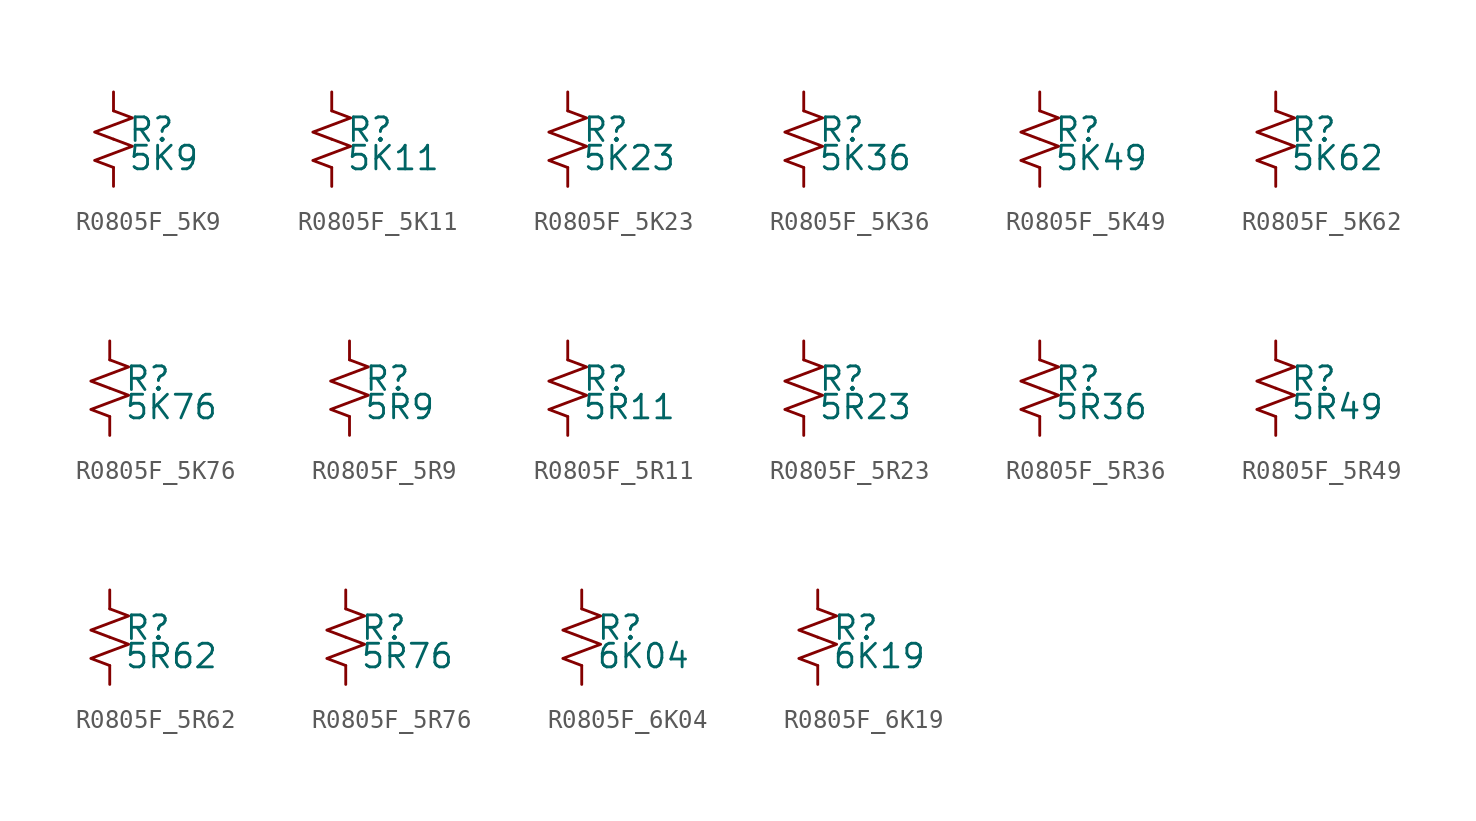
<source format=kicad_sym>
(kicad_symbol_lib
  (version 20220914)
  (generator kicad_symbol_editor)
  (symbol "R0805F_5K9"
    (pin_numbers hide)
    (pin_names
      (offset 0.254) hide)
    (property "Reference" "R"
      (at 0.762 0.508 0)
      (effects (font (size 1.27 1.27)) (justify left)))
    (property "Value" "5K9"
      (at 0.762 -1.016 0)
      (effects (font (size 1.27 1.27)) (justify left)))
    (symbol "R0805F_5K9_1_1"
      (polyline (pts (xy 0 0) (xy 1.016 -0.381) (xy 0 -0.762) (xy -1.016 -1.143) (xy 0 -1.524)) (stroke (width 0) (type default)) (fill (type none)))
      (polyline (pts (xy 0 1.524) (xy 1.016 1.143) (xy 0 0.762) (xy -1.016 0.381) (xy 0 0)) (stroke (width 0) (type default)) (fill (type none)))
      (pin passive line (at 0 2.54 270) (length 1.016) (name "~" (effects (font (size 1.27 1.27)))) (number "1" (effects (font (size 1.27 1.27)))))
      (pin passive line (at 0 -2.54 90) (length 1.016) (name "~" (effects (font (size 1.27 1.27)))) (number "2" (effects (font (size 1.27 1.27)))))))
  (symbol "R0805F_5K11"
    (pin_numbers hide)
    (pin_names
      (offset 0.254) hide)
    (property "Reference" "R"
      (at 0.762 0.508 0)
      (effects (font (size 1.27 1.27)) (justify left)))
    (property "Value" "5K11"
      (at 0.762 -1.016 0)
      (effects (font (size 1.27 1.27)) (justify left)))
    (symbol "R0805F_5K11_1_1"
      (polyline (pts (xy 0 0) (xy 1.016 -0.381) (xy 0 -0.762) (xy -1.016 -1.143) (xy 0 -1.524)) (stroke (width 0) (type default)) (fill (type none)))
      (polyline (pts (xy 0 1.524) (xy 1.016 1.143) (xy 0 0.762) (xy -1.016 0.381) (xy 0 0)) (stroke (width 0) (type default)) (fill (type none)))
      (pin passive line (at 0 2.54 270) (length 1.016) (name "~" (effects (font (size 1.27 1.27)))) (number "1" (effects (font (size 1.27 1.27)))))
      (pin passive line (at 0 -2.54 90) (length 1.016) (name "~" (effects (font (size 1.27 1.27)))) (number "2" (effects (font (size 1.27 1.27)))))))
  (symbol "R0805F_5K23"
    (pin_numbers hide)
    (pin_names
      (offset 0.254) hide)
    (property "Reference" "R"
      (at 0.762 0.508 0)
      (effects (font (size 1.27 1.27)) (justify left)))
    (property "Value" "5K23"
      (at 0.762 -1.016 0)
      (effects (font (size 1.27 1.27)) (justify left)))
    (symbol "R0805F_5K23_1_1"
      (polyline (pts (xy 0 0) (xy 1.016 -0.381) (xy 0 -0.762) (xy -1.016 -1.143) (xy 0 -1.524)) (stroke (width 0) (type default)) (fill (type none)))
      (polyline (pts (xy 0 1.524) (xy 1.016 1.143) (xy 0 0.762) (xy -1.016 0.381) (xy 0 0)) (stroke (width 0) (type default)) (fill (type none)))
      (pin passive line (at 0 2.54 270) (length 1.016) (name "~" (effects (font (size 1.27 1.27)))) (number "1" (effects (font (size 1.27 1.27)))))
      (pin passive line (at 0 -2.54 90) (length 1.016) (name "~" (effects (font (size 1.27 1.27)))) (number "2" (effects (font (size 1.27 1.27)))))))
  (symbol "R0805F_5K36"
    (pin_numbers hide)
    (pin_names
      (offset 0.254) hide)
    (property "Reference" "R"
      (at 0.762 0.508 0)
      (effects (font (size 1.27 1.27)) (justify left)))
    (property "Value" "5K36"
      (at 0.762 -1.016 0)
      (effects (font (size 1.27 1.27)) (justify left)))
    (symbol "R0805F_5K36_1_1"
      (polyline (pts (xy 0 0) (xy 1.016 -0.381) (xy 0 -0.762) (xy -1.016 -1.143) (xy 0 -1.524)) (stroke (width 0) (type default)) (fill (type none)))
      (polyline (pts (xy 0 1.524) (xy 1.016 1.143) (xy 0 0.762) (xy -1.016 0.381) (xy 0 0)) (stroke (width 0) (type default)) (fill (type none)))
      (pin passive line (at 0 2.54 270) (length 1.016) (name "~" (effects (font (size 1.27 1.27)))) (number "1" (effects (font (size 1.27 1.27)))))
      (pin passive line (at 0 -2.54 90) (length 1.016) (name "~" (effects (font (size 1.27 1.27)))) (number "2" (effects (font (size 1.27 1.27)))))))
  (symbol "R0805F_5K49"
    (pin_numbers hide)
    (pin_names
      (offset 0.254) hide)
    (property "Reference" "R"
      (at 0.762 0.508 0)
      (effects (font (size 1.27 1.27)) (justify left)))
    (property "Value" "5K49"
      (at 0.762 -1.016 0)
      (effects (font (size 1.27 1.27)) (justify left)))
    (symbol "R0805F_5K49_1_1"
      (polyline (pts (xy 0 0) (xy 1.016 -0.381) (xy 0 -0.762) (xy -1.016 -1.143) (xy 0 -1.524)) (stroke (width 0) (type default)) (fill (type none)))
      (polyline (pts (xy 0 1.524) (xy 1.016 1.143) (xy 0 0.762) (xy -1.016 0.381) (xy 0 0)) (stroke (width 0) (type default)) (fill (type none)))
      (pin passive line (at 0 2.54 270) (length 1.016) (name "~" (effects (font (size 1.27 1.27)))) (number "1" (effects (font (size 1.27 1.27)))))
      (pin passive line (at 0 -2.54 90) (length 1.016) (name "~" (effects (font (size 1.27 1.27)))) (number "2" (effects (font (size 1.27 1.27)))))))
  (symbol "R0805F_5K62"
    (pin_numbers hide)
    (pin_names
      (offset 0.254) hide)
    (property "Reference" "R"
      (at 0.762 0.508 0)
      (effects (font (size 1.27 1.27)) (justify left)))
    (property "Value" "5K62"
      (at 0.762 -1.016 0)
      (effects (font (size 1.27 1.27)) (justify left)))
    (symbol "R0805F_5K62_1_1"
      (polyline (pts (xy 0 0) (xy 1.016 -0.381) (xy 0 -0.762) (xy -1.016 -1.143) (xy 0 -1.524)) (stroke (width 0) (type default)) (fill (type none)))
      (polyline (pts (xy 0 1.524) (xy 1.016 1.143) (xy 0 0.762) (xy -1.016 0.381) (xy 0 0)) (stroke (width 0) (type default)) (fill (type none)))
      (pin passive line (at 0 2.54 270) (length 1.016) (name "~" (effects (font (size 1.27 1.27)))) (number "1" (effects (font (size 1.27 1.27)))))
      (pin passive line (at 0 -2.54 90) (length 1.016) (name "~" (effects (font (size 1.27 1.27)))) (number "2" (effects (font (size 1.27 1.27)))))))
  (symbol "R0805F_5K76"
    (pin_numbers hide)
    (pin_names
      (offset 0.254) hide)
    (property "Reference" "R"
      (at 0.762 0.508 0)
      (effects (font (size 1.27 1.27)) (justify left)))
    (property "Value" "5K76"
      (at 0.762 -1.016 0)
      (effects (font (size 1.27 1.27)) (justify left)))
    (symbol "R0805F_5K76_1_1"
      (polyline (pts (xy 0 0) (xy 1.016 -0.381) (xy 0 -0.762) (xy -1.016 -1.143) (xy 0 -1.524)) (stroke (width 0) (type default)) (fill (type none)))
      (polyline (pts (xy 0 1.524) (xy 1.016 1.143) (xy 0 0.762) (xy -1.016 0.381) (xy 0 0)) (stroke (width 0) (type default)) (fill (type none)))
      (pin passive line (at 0 2.54 270) (length 1.016) (name "~" (effects (font (size 1.27 1.27)))) (number "1" (effects (font (size 1.27 1.27)))))
      (pin passive line (at 0 -2.54 90) (length 1.016) (name "~" (effects (font (size 1.27 1.27)))) (number "2" (effects (font (size 1.27 1.27)))))))
  (symbol "R0805F_5R9"
    (pin_numbers hide)
    (pin_names
      (offset 0.254) hide)
    (property "Reference" "R"
      (at 0.762 0.508 0)
      (effects (font (size 1.27 1.27)) (justify left)))
    (property "Value" "5R9"
      (at 0.762 -1.016 0)
      (effects (font (size 1.27 1.27)) (justify left)))
    (symbol "R0805F_5R9_1_1"
      (polyline (pts (xy 0 0) (xy 1.016 -0.381) (xy 0 -0.762) (xy -1.016 -1.143) (xy 0 -1.524)) (stroke (width 0) (type default)) (fill (type none)))
      (polyline (pts (xy 0 1.524) (xy 1.016 1.143) (xy 0 0.762) (xy -1.016 0.381) (xy 0 0)) (stroke (width 0) (type default)) (fill (type none)))
      (pin passive line (at 0 2.54 270) (length 1.016) (name "~" (effects (font (size 1.27 1.27)))) (number "1" (effects (font (size 1.27 1.27)))))
      (pin passive line (at 0 -2.54 90) (length 1.016) (name "~" (effects (font (size 1.27 1.27)))) (number "2" (effects (font (size 1.27 1.27)))))))
  (symbol "R0805F_5R11"
    (pin_numbers hide)
    (pin_names
      (offset 0.254) hide)
    (property "Reference" "R"
      (at 0.762 0.508 0)
      (effects (font (size 1.27 1.27)) (justify left)))
    (property "Value" "5R11"
      (at 0.762 -1.016 0)
      (effects (font (size 1.27 1.27)) (justify left)))
    (symbol "R0805F_5R11_1_1"
      (polyline (pts (xy 0 0) (xy 1.016 -0.381) (xy 0 -0.762) (xy -1.016 -1.143) (xy 0 -1.524)) (stroke (width 0) (type default)) (fill (type none)))
      (polyline (pts (xy 0 1.524) (xy 1.016 1.143) (xy 0 0.762) (xy -1.016 0.381) (xy 0 0)) (stroke (width 0) (type default)) (fill (type none)))
      (pin passive line (at 0 2.54 270) (length 1.016) (name "~" (effects (font (size 1.27 1.27)))) (number "1" (effects (font (size 1.27 1.27)))))
      (pin passive line (at 0 -2.54 90) (length 1.016) (name "~" (effects (font (size 1.27 1.27)))) (number "2" (effects (font (size 1.27 1.27)))))))
  (symbol "R0805F_5R23"
    (pin_numbers hide)
    (pin_names
      (offset 0.254) hide)
    (property "Reference" "R"
      (at 0.762 0.508 0)
      (effects (font (size 1.27 1.27)) (justify left)))
    (property "Value" "5R23"
      (at 0.762 -1.016 0)
      (effects (font (size 1.27 1.27)) (justify left)))
    (symbol "R0805F_5R23_1_1"
      (polyline (pts (xy 0 0) (xy 1.016 -0.381) (xy 0 -0.762) (xy -1.016 -1.143) (xy 0 -1.524)) (stroke (width 0) (type default)) (fill (type none)))
      (polyline (pts (xy 0 1.524) (xy 1.016 1.143) (xy 0 0.762) (xy -1.016 0.381) (xy 0 0)) (stroke (width 0) (type default)) (fill (type none)))
      (pin passive line (at 0 2.54 270) (length 1.016) (name "~" (effects (font (size 1.27 1.27)))) (number "1" (effects (font (size 1.27 1.27)))))
      (pin passive line (at 0 -2.54 90) (length 1.016) (name "~" (effects (font (size 1.27 1.27)))) (number "2" (effects (font (size 1.27 1.27)))))))
  (symbol "R0805F_5R36"
    (pin_numbers hide)
    (pin_names
      (offset 0.254) hide)
    (property "Reference" "R"
      (at 0.762 0.508 0)
      (effects (font (size 1.27 1.27)) (justify left)))
    (property "Value" "5R36"
      (at 0.762 -1.016 0)
      (effects (font (size 1.27 1.27)) (justify left)))
    (symbol "R0805F_5R36_1_1"
      (polyline (pts (xy 0 0) (xy 1.016 -0.381) (xy 0 -0.762) (xy -1.016 -1.143) (xy 0 -1.524)) (stroke (width 0) (type default)) (fill (type none)))
      (polyline (pts (xy 0 1.524) (xy 1.016 1.143) (xy 0 0.762) (xy -1.016 0.381) (xy 0 0)) (stroke (width 0) (type default)) (fill (type none)))
      (pin passive line (at 0 2.54 270) (length 1.016) (name "~" (effects (font (size 1.27 1.27)))) (number "1" (effects (font (size 1.27 1.27)))))
      (pin passive line (at 0 -2.54 90) (length 1.016) (name "~" (effects (font (size 1.27 1.27)))) (number "2" (effects (font (size 1.27 1.27)))))))
  (symbol "R0805F_5R49"
    (pin_numbers hide)
    (pin_names
      (offset 0.254) hide)
    (property "Reference" "R"
      (at 0.762 0.508 0)
      (effects (font (size 1.27 1.27)) (justify left)))
    (property "Value" "5R49"
      (at 0.762 -1.016 0)
      (effects (font (size 1.27 1.27)) (justify left)))
    (symbol "R0805F_5R49_1_1"
      (polyline (pts (xy 0 0) (xy 1.016 -0.381) (xy 0 -0.762) (xy -1.016 -1.143) (xy 0 -1.524)) (stroke (width 0) (type default)) (fill (type none)))
      (polyline (pts (xy 0 1.524) (xy 1.016 1.143) (xy 0 0.762) (xy -1.016 0.381) (xy 0 0)) (stroke (width 0) (type default)) (fill (type none)))
      (pin passive line (at 0 2.54 270) (length 1.016) (name "~" (effects (font (size 1.27 1.27)))) (number "1" (effects (font (size 1.27 1.27)))))
      (pin passive line (at 0 -2.54 90) (length 1.016) (name "~" (effects (font (size 1.27 1.27)))) (number "2" (effects (font (size 1.27 1.27)))))))
  (symbol "R0805F_5R62"
    (pin_numbers hide)
    (pin_names
      (offset 0.254) hide)
    (property "Reference" "R"
      (at 0.762 0.508 0)
      (effects (font (size 1.27 1.27)) (justify left)))
    (property "Value" "5R62"
      (at 0.762 -1.016 0)
      (effects (font (size 1.27 1.27)) (justify left)))
    (symbol "R0805F_5R62_1_1"
      (polyline (pts (xy 0 0) (xy 1.016 -0.381) (xy 0 -0.762) (xy -1.016 -1.143) (xy 0 -1.524)) (stroke (width 0) (type default)) (fill (type none)))
      (polyline (pts (xy 0 1.524) (xy 1.016 1.143) (xy 0 0.762) (xy -1.016 0.381) (xy 0 0)) (stroke (width 0) (type default)) (fill (type none)))
      (pin passive line (at 0 2.54 270) (length 1.016) (name "~" (effects (font (size 1.27 1.27)))) (number "1" (effects (font (size 1.27 1.27)))))
      (pin passive line (at 0 -2.54 90) (length 1.016) (name "~" (effects (font (size 1.27 1.27)))) (number "2" (effects (font (size 1.27 1.27)))))))
  (symbol "R0805F_5R76"
    (pin_numbers hide)
    (pin_names
      (offset 0.254) hide)
    (property "Reference" "R"
      (at 0.762 0.508 0)
      (effects (font (size 1.27 1.27)) (justify left)))
    (property "Value" "5R76"
      (at 0.762 -1.016 0)
      (effects (font (size 1.27 1.27)) (justify left)))
    (symbol "R0805F_5R76_1_1"
      (polyline (pts (xy 0 0) (xy 1.016 -0.381) (xy 0 -0.762) (xy -1.016 -1.143) (xy 0 -1.524)) (stroke (width 0) (type default)) (fill (type none)))
      (polyline (pts (xy 0 1.524) (xy 1.016 1.143) (xy 0 0.762) (xy -1.016 0.381) (xy 0 0)) (stroke (width 0) (type default)) (fill (type none)))
      (pin passive line (at 0 2.54 270) (length 1.016) (name "~" (effects (font (size 1.27 1.27)))) (number "1" (effects (font (size 1.27 1.27)))))
      (pin passive line (at 0 -2.54 90) (length 1.016) (name "~" (effects (font (size 1.27 1.27)))) (number "2" (effects (font (size 1.27 1.27)))))))
  (symbol "R0805F_6K04"
    (pin_numbers hide)
    (pin_names
      (offset 0.254) hide)
    (property "Reference" "R"
      (at 0.762 0.508 0)
      (effects (font (size 1.27 1.27)) (justify left)))
    (property "Value" "6K04"
      (at 0.762 -1.016 0)
      (effects (font (size 1.27 1.27)) (justify left)))
    (symbol "R0805F_6K04_1_1"
      (polyline (pts (xy 0 0) (xy 1.016 -0.381) (xy 0 -0.762) (xy -1.016 -1.143) (xy 0 -1.524)) (stroke (width 0) (type default)) (fill (type none)))
      (polyline (pts (xy 0 1.524) (xy 1.016 1.143) (xy 0 0.762) (xy -1.016 0.381) (xy 0 0)) (stroke (width 0) (type default)) (fill (type none)))
      (pin passive line (at 0 2.54 270) (length 1.016) (name "~" (effects (font (size 1.27 1.27)))) (number "1" (effects (font (size 1.27 1.27)))))
      (pin passive line (at 0 -2.54 90) (length 1.016) (name "~" (effects (font (size 1.27 1.27)))) (number "2" (effects (font (size 1.27 1.27)))))))
  (symbol "R0805F_6K19"
    (pin_numbers hide)
    (pin_names
      (offset 0.254) hide)
    (property "Reference" "R"
      (at 0.762 0.508 0)
      (effects (font (size 1.27 1.27)) (justify left)))
    (property "Value" "6K19"
      (at 0.762 -1.016 0)
      (effects (font (size 1.27 1.27)) (justify left)))
    (symbol "R0805F_6K19_1_1"
      (polyline (pts (xy 0 0) (xy 1.016 -0.381) (xy 0 -0.762) (xy -1.016 -1.143) (xy 0 -1.524)) (stroke (width 0) (type default)) (fill (type none)))
      (polyline (pts (xy 0 1.524) (xy 1.016 1.143) (xy 0 0.762) (xy -1.016 0.381) (xy 0 0)) (stroke (width 0) (type default)) (fill (type none)))
      (pin passive line (at 0 2.54 270) (length 1.016) (name "~" (effects (font (size 1.27 1.27)))) (number "1" (effects (font (size 1.27 1.27)))))
      (pin passive line (at 0 -2.54 90) (length 1.016) (name "~" (effects (font (size 1.27 1.27)))) (number "2" (effects (font (size 1.27 1.27))))))))
</source>
